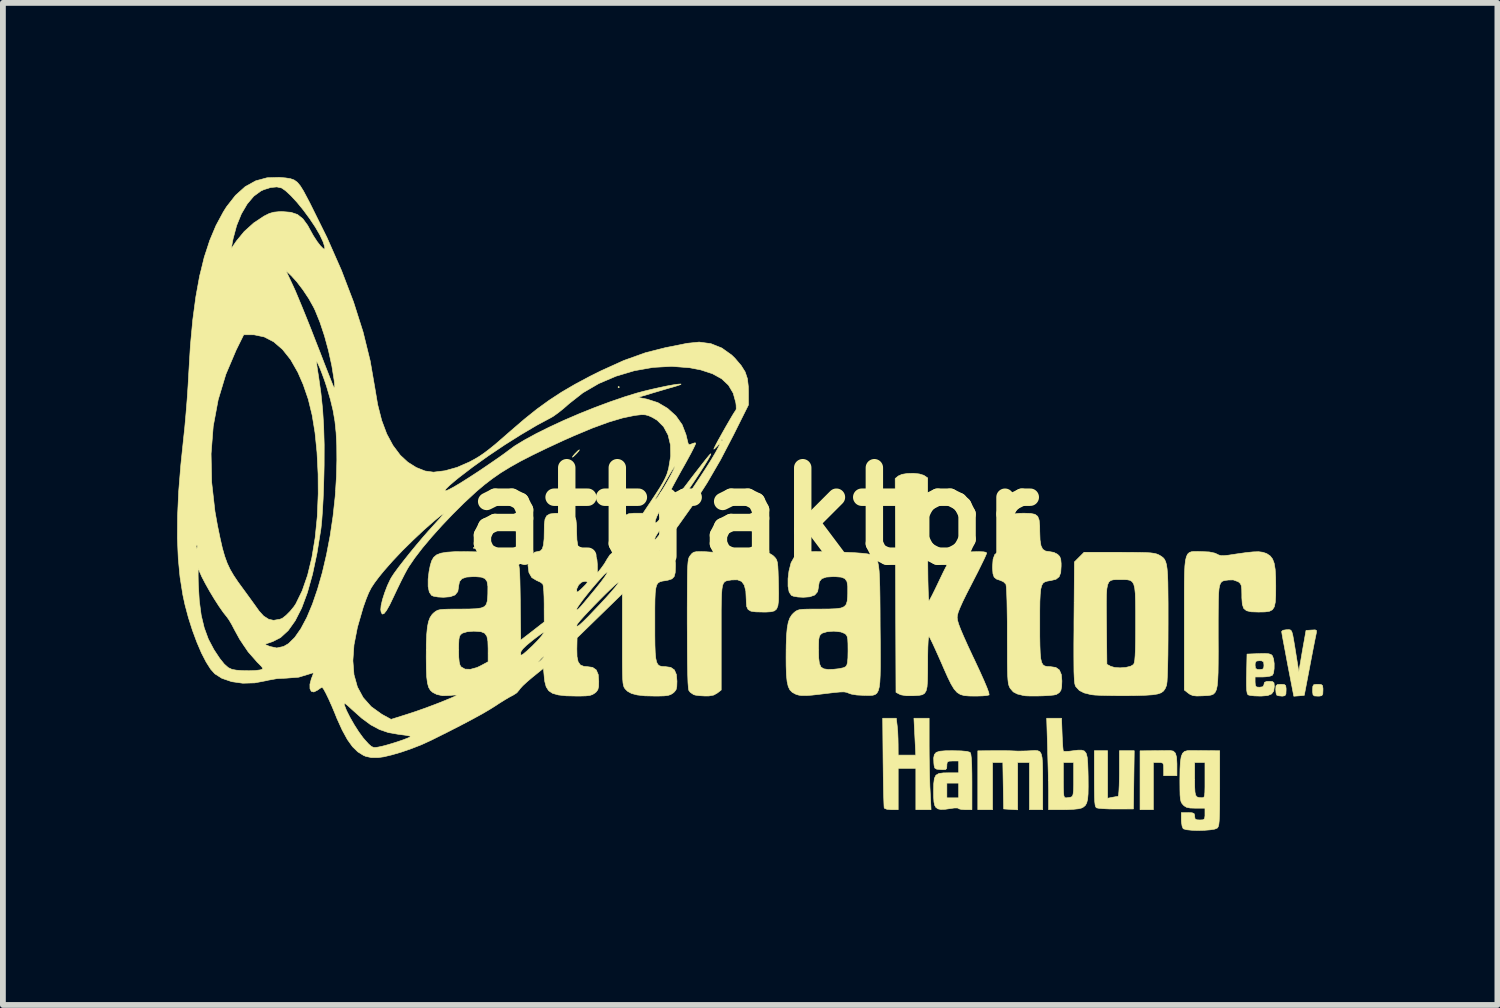
<source format=kicad_pcb>
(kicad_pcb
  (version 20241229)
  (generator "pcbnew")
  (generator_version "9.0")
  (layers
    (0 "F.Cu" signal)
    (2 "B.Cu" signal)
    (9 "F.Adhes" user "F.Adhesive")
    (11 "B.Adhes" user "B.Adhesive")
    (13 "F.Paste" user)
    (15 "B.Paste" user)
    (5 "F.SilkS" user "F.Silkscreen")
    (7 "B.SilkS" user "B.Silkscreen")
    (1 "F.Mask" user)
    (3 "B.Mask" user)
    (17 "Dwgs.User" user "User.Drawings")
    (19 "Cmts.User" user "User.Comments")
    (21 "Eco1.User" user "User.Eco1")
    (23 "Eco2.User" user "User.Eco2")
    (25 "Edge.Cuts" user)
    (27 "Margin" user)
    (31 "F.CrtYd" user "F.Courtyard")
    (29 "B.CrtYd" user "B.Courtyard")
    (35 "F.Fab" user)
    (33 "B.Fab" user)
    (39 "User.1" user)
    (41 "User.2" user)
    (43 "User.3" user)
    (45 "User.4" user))
  (footprint "attraktor"
    (layer "F.Cu")
    (at 9.903 5.839)
    (property "Reference" "attraktor" (at 0 0 0) (layer "F.SilkS") (effects (font (size 1.524 1.524) (thickness 0.3))))
    (attr through_hole)
    (fp_poly (pts (xy -4.775 0.546) (xy -4.788 0.559) (xy -4.801 0.546) (xy -4.788 0.533) (xy -4.775 0.546)) (stroke (width 0.01) (type solid)) (fill yes) (layer "F.SilkS"))
    (fp_poly (pts (xy -2.286 -2.223) (xy -2.299 -2.21) (xy -2.311 -2.223) (xy -2.299 -2.235) (xy -2.286 -2.223)) (stroke (width 0.01) (type solid)) (fill yes) (layer "F.SilkS"))
    (fp_poly (pts (xy -4.405 0.197) (xy -4.459 0.255) (xy -4.488 0.278) (xy -4.496 0.272) (xy -4.496 0.271) (xy -4.479 0.251) (xy -4.436 0.21) (xy -4.413 0.189) (xy -4.331 0.114) (xy -4.405 0.197)) (stroke (width 0.01) (type solid)) (fill yes) (layer "F.SilkS"))
    (fp_poly (pts (xy -2.982 -1.127) (xy -3.015 -1.088) (xy -3.023 -1.079) (xy -3.066 -1.037) (xy -3.093 -1.016) (xy -3.095 -1.016) (xy -3.088 -1.032) (xy -3.056 -1.071) (xy -3.048 -1.079) (xy -3.005 -1.122) (xy -2.977 -1.143) (xy -2.976 -1.143) (xy -2.982 -1.127)) (stroke (width 0.01) (type solid)) (fill yes) (layer "F.SilkS"))
    (fp_poly (pts (xy 9.798 2.899) (xy 9.823 2.918) (xy 9.83 2.967) (xy 9.83 2.997) (xy 9.827 3.062) (xy 9.81 3.091) (xy 9.767 3.099) (xy 9.741 3.099) (xy 9.684 3.096) (xy 9.659 3.077) (xy 9.652 3.027) (xy 9.652 2.997) (xy 9.655 2.932) (xy 9.671 2.903) (xy 9.715 2.896) (xy 9.741 2.896) (xy 9.798 2.899)) (stroke (width 0.01) (type solid)) (fill yes) (layer "F.SilkS"))
    (fp_poly (pts (xy 9.163 2.899) (xy 9.188 2.918) (xy 9.195 2.967) (xy 9.195 2.997) (xy 9.192 3.062) (xy 9.175 3.091) (xy 9.136 3.099) (xy 9.123 3.099) (xy 9.065 3.093) (xy 9.034 3.082) (xy 9.022 3.047) (xy 9.017 2.985) (xy 9.017 2.98) (xy 9.021 2.923) (xy 9.044 2.9) (xy 9.102 2.896) (xy 9.106 2.896) (xy 9.163 2.899)) (stroke (width 0.01) (type solid)) (fill yes) (layer "F.SilkS"))
    (fp_poly (pts (xy 7.253 4.046) (xy 7.289 4.082) (xy 7.309 4.152) (xy 7.315 4.263) (xy 7.315 4.283) (xy 7.315 4.47) (xy 7.087 4.47) (xy 7.087 4.356) (xy 7.085 4.286) (xy 7.072 4.253) (xy 7.037 4.243) (xy 6.998 4.242) (xy 6.909 4.242) (xy 6.909 5.055) (xy 6.68 5.055) (xy 6.68 4.041) (xy 6.915 4.039) (xy 7.024 4.038) (xy 7.118 4.037) (xy 7.181 4.037) (xy 7.197 4.036) (xy 7.253 4.046)) (stroke (width 0.01) (type solid)) (fill yes) (layer "F.SilkS"))
    (fp_poly (pts (xy 6.121 4.858) (xy 6.201 4.842) (xy 6.263 4.831) (xy 6.302 4.826) (xy 6.302 4.826) (xy 6.31 4.802) (xy 6.316 4.736) (xy 6.321 4.636) (xy 6.324 4.512) (xy 6.325 4.432) (xy 6.325 4.039) (xy 6.58 4.039) (xy 6.573 4.54) (xy 6.566 5.042) (xy 6.268 5.043) (xy 6.147 5.042) (xy 6.042 5.037) (xy 5.966 5.03) (xy 5.931 5.023) (xy 5.917 5.008) (xy 5.907 4.976) (xy 5.9 4.92) (xy 5.896 4.835) (xy 5.894 4.712) (xy 5.893 4.547) (xy 5.893 4.52) (xy 5.893 4.039) (xy 6.121 4.039) (xy 6.121 4.858)) (stroke (width 0.01) (type solid)) (fill yes) (layer "F.SilkS"))
    (fp_poly (pts (xy 4.92 4.04) (xy 4.955 4.057) (xy 4.978 4.095) (xy 4.993 4.159) (xy 5 4.254) (xy 5.003 4.388) (xy 5.004 4.567) (xy 5.004 4.575) (xy 5.004 5.055) (xy 4.775 5.055) (xy 4.775 4.242) (xy 4.572 4.242) (xy 4.572 5.057) (xy 4.451 5.05) (xy 4.331 5.042) (xy 4.317 4.242) (xy 4.14 4.242) (xy 4.14 5.055) (xy 3.886 5.055) (xy 3.886 4.041) (xy 4.147 4.039) (xy 4.262 4.039) (xy 4.362 4.039) (xy 4.433 4.04) (xy 4.458 4.041) (xy 4.58 4.046) (xy 4.729 4.043) (xy 4.806 4.039) (xy 4.871 4.035) (xy 4.92 4.04)) (stroke (width 0.01) (type solid)) (fill yes) (layer "F.SilkS"))
    (fp_poly (pts (xy 2.365 3.48) (xy 2.482 3.48) (xy 2.498 3.613) (xy 2.507 3.711) (xy 2.512 3.831) (xy 2.514 3.931) (xy 2.515 4.115) (xy 2.818 4.115) (xy 2.802 3.797) (xy 2.786 3.48) (xy 3.048 3.48) (xy 3.048 3.943) (xy 3.049 4.122) (xy 3.052 4.313) (xy 3.056 4.497) (xy 3.061 4.657) (xy 3.065 4.731) (xy 3.081 5.055) (xy 2.819 5.055) (xy 2.819 4.343) (xy 2.515 4.343) (xy 2.515 5.055) (xy 2.4 5.055) (xy 2.321 5.048) (xy 2.278 5.03) (xy 2.274 5.023) (xy 2.271 4.99) (xy 2.268 4.913) (xy 2.264 4.799) (xy 2.261 4.654) (xy 2.258 4.484) (xy 2.256 4.296) (xy 2.255 4.235) (xy 2.248 3.48) (xy 2.365 3.48)) (stroke (width 0.01) (type solid)) (fill yes) (layer "F.SilkS"))
    (fp_poly (pts (xy 9.263 1.957) (xy 9.281 1.969) (xy 9.296 1.997) (xy 9.31 2.049) (xy 9.325 2.13) (xy 9.345 2.249) (xy 9.369 2.4) (xy 9.414 2.68) (xy 9.447 2.489) (xy 9.468 2.365) (xy 9.491 2.233) (xy 9.509 2.134) (xy 9.538 1.968) (xy 9.634 1.961) (xy 9.696 1.958) (xy 9.719 1.97) (xy 9.717 2.004) (xy 9.716 2.011) (xy 9.707 2.054) (xy 9.69 2.137) (xy 9.667 2.254) (xy 9.64 2.394) (xy 9.61 2.55) (xy 9.605 2.578) (xy 9.508 3.086) (xy 9.418 3.094) (xy 9.328 3.101) (xy 9.223 2.558) (xy 9.193 2.397) (xy 9.166 2.252) (xy 9.143 2.132) (xy 9.127 2.042) (xy 9.119 1.992) (xy 9.119 1.985) (xy 9.141 1.965) (xy 9.197 1.956) (xy 9.206 1.956) (xy 9.239 1.955) (xy 9.263 1.957)) (stroke (width 0.01) (type solid)) (fill yes) (layer "F.SilkS"))
    (fp_poly (pts (xy 5.338 3.757) (xy 5.343 3.871) (xy 5.349 3.965) (xy 5.355 4.027) (xy 5.36 4.048) (xy 5.391 4.052) (xy 5.455 4.049) (xy 5.519 4.041) (xy 5.609 4.03) (xy 5.675 4.03) (xy 5.722 4.045) (xy 5.752 4.084) (xy 5.77 4.151) (xy 5.779 4.254) (xy 5.784 4.398) (xy 5.786 4.484) (xy 5.787 4.655) (xy 5.785 4.783) (xy 5.777 4.876) (xy 5.761 4.939) (xy 5.737 4.982) (xy 5.702 5.011) (xy 5.673 5.026) (xy 5.621 5.039) (xy 5.533 5.048) (xy 5.424 5.054) (xy 5.358 5.055) (xy 5.105 5.055) (xy 5.105 4.82) (xy 5.105 4.721) (xy 5.102 4.584) (xy 5.099 4.42) (xy 5.094 4.242) (xy 5.359 4.242) (xy 5.359 4.547) (xy 5.36 4.675) (xy 5.363 4.762) (xy 5.368 4.814) (xy 5.379 4.841) (xy 5.396 4.85) (xy 5.408 4.851) (xy 5.472 4.843) (xy 5.497 4.836) (xy 5.515 4.821) (xy 5.527 4.788) (xy 5.534 4.726) (xy 5.537 4.629) (xy 5.537 4.531) (xy 5.537 4.242) (xy 5.359 4.242) (xy 5.094 4.242) (xy 5.094 4.241) (xy 5.089 4.06) (xy 5.089 4.032) (xy 5.072 3.48) (xy 5.328 3.48) (xy 5.338 3.757)) (stroke (width 0.01) (type solid)) (fill yes) (layer "F.SilkS"))
    (fp_poly (pts (xy 8.897 2.37) (xy 8.937 2.383) (xy 8.959 2.404) (xy 8.979 2.458) (xy 8.99 2.538) (xy 8.989 2.625) (xy 8.979 2.699) (xy 8.961 2.738) (xy 8.92 2.755) (xy 8.847 2.766) (xy 8.796 2.769) (xy 8.661 2.769) (xy 8.661 2.857) (xy 8.666 2.917) (xy 8.687 2.942) (xy 8.738 2.946) (xy 8.793 2.938) (xy 8.813 2.909) (xy 8.814 2.896) (xy 8.824 2.861) (xy 8.863 2.846) (xy 8.903 2.845) (xy 8.962 2.849) (xy 8.987 2.871) (xy 8.992 2.926) (xy 8.992 2.932) (xy 8.982 3.011) (xy 8.946 3.061) (xy 8.879 3.089) (xy 8.77 3.098) (xy 8.742 3.098) (xy 8.65 3.095) (xy 8.577 3.087) (xy 8.54 3.077) (xy 8.526 3.054) (xy 8.517 3.002) (xy 8.513 2.914) (xy 8.513 2.785) (xy 8.515 2.716) (xy 8.518 2.565) (xy 8.661 2.565) (xy 8.668 2.619) (xy 8.697 2.639) (xy 8.738 2.642) (xy 8.792 2.635) (xy 8.811 2.606) (xy 8.814 2.565) (xy 8.808 2.511) (xy 8.778 2.492) (xy 8.738 2.489) (xy 8.684 2.495) (xy 8.664 2.525) (xy 8.661 2.565) (xy 8.518 2.565) (xy 8.522 2.375) (xy 8.724 2.367) (xy 8.83 2.365) (xy 8.897 2.37)) (stroke (width 0.01) (type solid)) (fill yes) (layer "F.SilkS"))
    (fp_poly (pts (xy 3.597 4.042) (xy 3.697 4.051) (xy 3.75 4.066) (xy 3.754 4.069) (xy 3.766 4.1) (xy 3.775 4.17) (xy 3.781 4.28) (xy 3.784 4.435) (xy 3.785 4.577) (xy 3.785 5.055) (xy 3.67 5.055) (xy 3.602 5.05) (xy 3.561 5.04) (xy 3.556 5.033) (xy 3.534 5.025) (xy 3.477 5.026) (xy 3.435 5.032) (xy 3.324 5.048) (xy 3.25 5.051) (xy 3.201 5.041) (xy 3.165 5.016) (xy 3.164 5.015) (xy 3.144 4.981) (xy 3.131 4.923) (xy 3.125 4.831) (xy 3.124 4.737) (xy 3.127 4.605) (xy 3.128 4.597) (xy 3.353 4.597) (xy 3.353 4.851) (xy 3.556 4.851) (xy 3.556 4.597) (xy 3.353 4.597) (xy 3.128 4.597) (xy 3.138 4.516) (xy 3.165 4.461) (xy 3.215 4.432) (xy 3.294 4.421) (xy 3.38 4.42) (xy 3.556 4.42) (xy 3.556 4.216) (xy 3.454 4.216) (xy 3.389 4.219) (xy 3.36 4.236) (xy 3.353 4.277) (xy 3.353 4.294) (xy 3.35 4.342) (xy 3.331 4.364) (xy 3.283 4.366) (xy 3.245 4.364) (xy 3.177 4.357) (xy 3.145 4.337) (xy 3.133 4.291) (xy 3.129 4.249) (xy 3.126 4.164) (xy 3.138 4.105) (xy 3.17 4.068) (xy 3.232 4.048) (xy 3.331 4.04) (xy 3.45 4.039) (xy 3.597 4.042)) (stroke (width 0.01) (type solid)) (fill yes) (layer "F.SilkS"))
    (fp_poly (pts (xy 7.66 4.037) (xy 7.769 4.038) (xy 7.817 4.038) (xy 8.052 4.04) (xy 8.052 4.685) (xy 8.051 4.887) (xy 8.05 5.044) (xy 8.047 5.162) (xy 8.043 5.248) (xy 8.037 5.306) (xy 8.028 5.343) (xy 8.016 5.365) (xy 8.012 5.37) (xy 7.968 5.389) (xy 7.888 5.402) (xy 7.786 5.41) (xy 7.675 5.413) (xy 7.569 5.409) (xy 7.482 5.4) (xy 7.429 5.385) (xy 7.422 5.38) (xy 7.404 5.338) (xy 7.393 5.266) (xy 7.391 5.227) (xy 7.391 5.105) (xy 7.506 5.105) (xy 7.576 5.108) (xy 7.61 5.121) (xy 7.62 5.152) (xy 7.62 5.169) (xy 7.627 5.212) (xy 7.657 5.229) (xy 7.709 5.232) (xy 7.766 5.229) (xy 7.791 5.21) (xy 7.798 5.161) (xy 7.798 5.131) (xy 7.798 5.029) (xy 7.637 5.029) (xy 7.542 5.026) (xy 7.482 5.014) (xy 7.439 4.988) (xy 7.421 4.97) (xy 7.4 4.945) (xy 7.385 4.914) (xy 7.375 4.87) (xy 7.369 4.803) (xy 7.367 4.706) (xy 7.366 4.569) (xy 7.366 4.529) (xy 7.368 4.357) (xy 7.374 4.242) (xy 7.62 4.242) (xy 7.62 4.532) (xy 7.621 4.662) (xy 7.626 4.751) (xy 7.637 4.805) (xy 7.659 4.834) (xy 7.695 4.846) (xy 7.741 4.849) (xy 7.765 4.848) (xy 7.781 4.838) (xy 7.791 4.809) (xy 7.796 4.754) (xy 7.798 4.664) (xy 7.798 4.547) (xy 7.798 4.242) (xy 7.62 4.242) (xy 7.374 4.242) (xy 7.375 4.23) (xy 7.389 4.141) (xy 7.412 4.084) (xy 7.446 4.052) (xy 7.493 4.039) (xy 7.518 4.037) (xy 7.572 4.037) (xy 7.66 4.037)) (stroke (width 0.01) (type solid)) (fill yes) (layer "F.SilkS"))
    (fp_poly (pts (xy 7.665 0.608) (xy 7.731 0.61) (xy 7.737 0.61) (xy 7.872 0.616) (xy 7.966 0.636) (xy 8 0.651) (xy 8.036 0.669) (xy 8.073 0.679) (xy 8.124 0.68) (xy 8.201 0.672) (xy 8.313 0.655) (xy 8.339 0.651) (xy 8.503 0.628) (xy 8.627 0.615) (xy 8.72 0.612) (xy 8.79 0.621) (xy 8.849 0.64) (xy 8.868 0.649) (xy 8.922 0.686) (xy 8.962 0.738) (xy 8.99 0.812) (xy 9.007 0.915) (xy 9.015 1.055) (xy 9.017 1.206) (xy 9.016 1.366) (xy 9.009 1.482) (xy 8.992 1.561) (xy 8.96 1.611) (xy 8.908 1.638) (xy 8.831 1.649) (xy 8.725 1.651) (xy 8.714 1.651) (xy 8.594 1.647) (xy 8.513 1.628) (xy 8.465 1.588) (xy 8.441 1.516) (xy 8.433 1.405) (xy 8.433 1.354) (xy 8.431 1.257) (xy 8.424 1.197) (xy 8.407 1.16) (xy 8.377 1.133) (xy 8.369 1.128) (xy 8.286 1.098) (xy 8.203 1.099) (xy 8.157 1.105) (xy 8.12 1.112) (xy 8.091 1.125) (xy 8.069 1.149) (xy 8.052 1.19) (xy 8.04 1.251) (xy 8.033 1.337) (xy 8.029 1.455) (xy 8.027 1.608) (xy 8.026 1.801) (xy 8.026 2.04) (xy 8.026 2.07) (xy 8.027 2.323) (xy 8.026 2.53) (xy 8.024 2.695) (xy 8.018 2.824) (xy 8.009 2.921) (xy 7.994 2.99) (xy 7.971 3.037) (xy 7.941 3.066) (xy 7.902 3.081) (xy 7.852 3.089) (xy 7.791 3.092) (xy 7.756 3.094) (xy 7.657 3.097) (xy 7.592 3.09) (xy 7.544 3.071) (xy 7.512 3.049) (xy 7.442 2.994) (xy 7.442 1.852) (xy 7.442 1.568) (xy 7.442 1.331) (xy 7.443 1.136) (xy 7.446 0.98) (xy 7.452 0.858) (xy 7.462 0.765) (xy 7.478 0.699) (xy 7.499 0.654) (xy 7.528 0.627) (xy 7.564 0.613) (xy 7.609 0.608) (xy 7.665 0.608)) (stroke (width 0.01) (type solid)) (fill yes) (layer "F.SilkS"))
    (fp_poly (pts (xy -0.786 0.613) (xy -0.783 0.614) (xy -0.657 0.622) (xy -0.577 0.635) (xy -0.538 0.654) (xy -0.535 0.658) (xy -0.519 0.672) (xy -0.488 0.678) (xy -0.432 0.677) (xy -0.345 0.668) (xy -0.217 0.651) (xy -0.187 0.647) (xy -0.012 0.625) (xy 0.122 0.617) (xy 0.222 0.621) (xy 0.297 0.64) (xy 0.355 0.675) (xy 0.383 0.701) (xy 0.407 0.728) (xy 0.423 0.758) (xy 0.435 0.8) (xy 0.442 0.862) (xy 0.447 0.954) (xy 0.451 1.083) (xy 0.453 1.16) (xy 0.456 1.329) (xy 0.454 1.454) (xy 0.443 1.542) (xy 0.421 1.598) (xy 0.383 1.631) (xy 0.325 1.646) (xy 0.245 1.651) (xy 0.185 1.651) (xy 0.061 1.648) (xy -0.021 1.636) (xy -0.07 1.607) (xy -0.094 1.556) (xy -0.101 1.476) (xy -0.102 1.438) (xy -0.109 1.291) (xy -0.135 1.188) (xy -0.181 1.124) (xy -0.253 1.096) (xy -0.354 1.098) (xy -0.372 1.101) (xy -0.413 1.107) (xy -0.447 1.115) (xy -0.474 1.129) (xy -0.494 1.154) (xy -0.51 1.195) (xy -0.52 1.257) (xy -0.527 1.345) (xy -0.531 1.464) (xy -0.533 1.618) (xy -0.533 1.813) (xy -0.533 2.053) (xy -0.533 2.084) (xy -0.533 2.994) (xy -0.6 3.046) (xy -0.662 3.081) (xy -0.743 3.096) (xy -0.81 3.097) (xy -0.9 3.092) (xy -0.977 3.082) (xy -1.008 3.073) (xy -1.065 3.034) (xy -1.091 3) (xy -1.098 2.959) (xy -1.105 2.868) (xy -1.11 2.726) (xy -1.114 2.534) (xy -1.116 2.293) (xy -1.117 2.002) (xy -1.118 1.847) (xy -1.118 1.581) (xy -1.117 1.362) (xy -1.116 1.184) (xy -1.115 1.042) (xy -1.113 0.933) (xy -1.109 0.85) (xy -1.104 0.79) (xy -1.098 0.748) (xy -1.09 0.718) (xy -1.079 0.697) (xy -1.067 0.679) (xy -1.063 0.674) (xy -1.035 0.641) (xy -1.005 0.621) (xy -0.962 0.612) (xy -0.893 0.61) (xy -0.786 0.613)) (stroke (width 0.01) (type solid)) (fill yes) (layer "F.SilkS"))
    (fp_poly (pts (xy 6.513 0.623) (xy 6.664 0.624) (xy 6.778 0.627) (xy 6.861 0.632) (xy 6.92 0.64) (xy 6.963 0.65) (xy 6.996 0.663) (xy 7.004 0.667) (xy 7.042 0.689) (xy 7.074 0.712) (xy 7.099 0.74) (xy 7.119 0.78) (xy 7.135 0.834) (xy 7.146 0.909) (xy 7.154 1.009) (xy 7.159 1.139) (xy 7.161 1.303) (xy 7.163 1.508) (xy 7.163 1.756) (xy 7.163 1.849) (xy 7.162 2.137) (xy 7.16 2.383) (xy 7.156 2.585) (xy 7.151 2.741) (xy 7.145 2.85) (xy 7.137 2.909) (xy 7.135 2.916) (xy 7.113 2.969) (xy 7.085 3.01) (xy 7.044 3.041) (xy 6.983 3.062) (xy 6.896 3.076) (xy 6.777 3.084) (xy 6.619 3.089) (xy 6.464 3.091) (xy 6.3 3.091) (xy 6.146 3.089) (xy 6.011 3.086) (xy 5.906 3.081) (xy 5.841 3.074) (xy 5.839 3.074) (xy 5.718 3.044) (xy 5.635 3.002) (xy 5.577 2.939) (xy 5.574 2.936) (xy 5.564 2.915) (xy 5.556 2.884) (xy 5.55 2.837) (xy 5.546 2.77) (xy 5.542 2.678) (xy 5.541 2.556) (xy 5.54 2.399) (xy 5.54 2.204) (xy 5.542 1.964) (xy 5.542 1.832) (xy 5.545 1.487) (xy 6.099 1.487) (xy 6.1 1.663) (xy 6.102 1.869) (xy 6.109 2.551) (xy 6.172 2.585) (xy 6.244 2.606) (xy 6.337 2.612) (xy 6.433 2.605) (xy 6.516 2.585) (xy 6.567 2.555) (xy 6.569 2.552) (xy 6.58 2.526) (xy 6.589 2.479) (xy 6.595 2.405) (xy 6.6 2.299) (xy 6.603 2.155) (xy 6.604 1.969) (xy 6.604 1.849) (xy 6.604 1.634) (xy 6.602 1.463) (xy 6.598 1.333) (xy 6.588 1.237) (xy 6.571 1.171) (xy 6.545 1.129) (xy 6.509 1.105) (xy 6.46 1.095) (xy 6.396 1.092) (xy 6.341 1.092) (xy 6.272 1.092) (xy 6.216 1.096) (xy 6.174 1.108) (xy 6.143 1.134) (xy 6.122 1.18) (xy 6.108 1.251) (xy 6.101 1.351) (xy 6.099 1.487) (xy 5.545 1.487) (xy 5.55 0.788) (xy 5.633 0.705) (xy 5.716 0.622) (xy 6.319 0.622) (xy 6.513 0.623)) (stroke (width 0.01) (type solid)) (fill yes) (layer "F.SilkS"))
    (fp_poly (pts (xy 2.879 -0.727) (xy 2.955 -0.704) (xy 2.966 -0.697) (xy 3.023 -0.658) (xy 3.023 0.413) (xy 3.023 0.673) (xy 3.025 0.901) (xy 3.027 1.095) (xy 3.031 1.25) (xy 3.035 1.365) (xy 3.04 1.436) (xy 3.045 1.46) (xy 3.046 1.459) (xy 3.064 1.429) (xy 3.1 1.361) (xy 3.148 1.264) (xy 3.204 1.147) (xy 3.235 1.082) (xy 3.296 0.955) (xy 3.355 0.84) (xy 3.405 0.749) (xy 3.442 0.689) (xy 3.453 0.675) (xy 3.484 0.651) (xy 3.526 0.634) (xy 3.589 0.624) (xy 3.684 0.617) (xy 3.773 0.614) (xy 3.899 0.611) (xy 3.982 0.614) (xy 4.026 0.622) (xy 4.039 0.636) (xy 4.027 0.667) (xy 3.996 0.736) (xy 3.947 0.836) (xy 3.886 0.96) (xy 3.814 1.1) (xy 3.785 1.157) (xy 3.695 1.332) (xy 3.627 1.47) (xy 3.58 1.575) (xy 3.549 1.653) (xy 3.534 1.712) (xy 3.531 1.747) (xy 3.537 1.793) (xy 3.556 1.859) (xy 3.591 1.951) (xy 3.643 2.073) (xy 3.714 2.231) (xy 3.806 2.428) (xy 3.819 2.454) (xy 3.917 2.664) (xy 3.992 2.831) (xy 4.045 2.957) (xy 4.075 3.039) (xy 4.081 3.077) (xy 4.079 3.079) (xy 4.042 3.088) (xy 3.968 3.095) (xy 3.872 3.098) (xy 3.848 3.098) (xy 3.74 3.097) (xy 3.654 3.09) (xy 3.586 3.071) (xy 3.529 3.035) (xy 3.477 2.976) (xy 3.424 2.888) (xy 3.365 2.767) (xy 3.293 2.605) (xy 3.271 2.553) (xy 3.208 2.411) (xy 3.151 2.284) (xy 3.103 2.18) (xy 3.067 2.107) (xy 3.048 2.073) (xy 3.047 2.072) (xy 3.038 2.086) (xy 3.031 2.15) (xy 3.026 2.26) (xy 3.023 2.414) (xy 3.023 2.517) (xy 3.022 2.7) (xy 3.019 2.839) (xy 3.012 2.939) (xy 2.996 3.007) (xy 2.969 3.051) (xy 2.93 3.075) (xy 2.874 3.086) (xy 2.8 3.091) (xy 2.778 3.092) (xy 2.653 3.092) (xy 2.563 3.077) (xy 2.54 3.067) (xy 2.477 3.034) (xy 2.47 1.193) (xy 2.463 -0.648) (xy 2.517 -0.692) (xy 2.58 -0.72) (xy 2.673 -0.735) (xy 2.78 -0.738) (xy 2.879 -0.727)) (stroke (width 0.01) (type solid)) (fill yes) (layer "F.SilkS"))
    (fp_poly (pts (xy 4.794 -0.047) (xy 4.87 -0.032) (xy 4.917 0.003) (xy 4.942 0.067) (xy 4.952 0.168) (xy 4.953 0.269) (xy 4.958 0.411) (xy 4.974 0.509) (xy 5.004 0.57) (xy 5.053 0.601) (xy 5.117 0.61) (xy 5.196 0.624) (xy 5.261 0.658) (xy 5.296 0.694) (xy 5.314 0.74) (xy 5.321 0.813) (xy 5.321 0.86) (xy 5.314 0.972) (xy 5.286 1.044) (xy 5.232 1.087) (xy 5.142 1.109) (xy 5.133 1.11) (xy 5.081 1.119) (xy 5.04 1.132) (xy 5.008 1.155) (xy 4.986 1.195) (xy 4.97 1.257) (xy 4.961 1.346) (xy 4.955 1.468) (xy 4.953 1.63) (xy 4.953 1.836) (xy 4.953 1.854) (xy 4.953 2.067) (xy 4.956 2.234) (xy 4.961 2.361) (xy 4.97 2.454) (xy 4.985 2.518) (xy 5.007 2.558) (xy 5.038 2.58) (xy 5.078 2.589) (xy 5.129 2.591) (xy 5.132 2.591) (xy 5.229 2.605) (xy 5.291 2.649) (xy 5.325 2.73) (xy 5.334 2.838) (xy 5.33 2.937) (xy 5.317 2.999) (xy 5.289 3.038) (xy 5.24 3.07) (xy 5.196 3.08) (xy 5.115 3.088) (xy 5.012 3.094) (xy 4.901 3.097) (xy 4.796 3.097) (xy 4.711 3.094) (xy 4.661 3.086) (xy 4.619 3.075) (xy 4.565 3.062) (xy 4.497 3.026) (xy 4.444 2.965) (xy 4.431 2.94) (xy 4.42 2.911) (xy 4.411 2.872) (xy 4.405 2.818) (xy 4.4 2.742) (xy 4.397 2.64) (xy 4.395 2.506) (xy 4.395 2.334) (xy 4.394 2.118) (xy 4.394 2.049) (xy 4.394 1.825) (xy 4.391 1.626) (xy 4.388 1.456) (xy 4.383 1.321) (xy 4.378 1.226) (xy 4.371 1.175) (xy 4.369 1.17) (xy 4.327 1.129) (xy 4.274 1.106) (xy 4.207 1.083) (xy 4.167 1.049) (xy 4.147 0.991) (xy 4.14 0.897) (xy 4.14 0.864) (xy 4.149 0.741) (xy 4.178 0.661) (xy 4.229 0.619) (xy 4.287 0.61) (xy 4.333 0.598) (xy 4.365 0.558) (xy 4.384 0.485) (xy 4.393 0.371) (xy 4.394 0.281) (xy 4.398 0.146) (xy 4.412 0.053) (xy 4.446 -0.005) (xy 4.504 -0.037) (xy 4.595 -0.049) (xy 4.682 -0.051) (xy 4.794 -0.047)) (stroke (width 0.01) (type solid)) (fill yes) (layer "F.SilkS"))
    (fp_poly (pts (xy 1.325 0.612) (xy 1.481 0.616) (xy 1.634 0.623) (xy 1.775 0.63) (xy 1.895 0.639) (xy 1.982 0.649) (xy 2.024 0.658) (xy 2.064 0.674) (xy 2.098 0.691) (xy 2.125 0.713) (xy 2.147 0.746) (xy 2.164 0.793) (xy 2.177 0.859) (xy 2.187 0.948) (xy 2.193 1.066) (xy 2.198 1.217) (xy 2.201 1.405) (xy 2.203 1.635) (xy 2.204 1.895) (xy 2.207 2.172) (xy 2.208 2.403) (xy 2.208 2.591) (xy 2.205 2.741) (xy 2.199 2.858) (xy 2.188 2.945) (xy 2.171 3.007) (xy 2.148 3.048) (xy 2.117 3.072) (xy 2.078 3.084) (xy 2.029 3.087) (xy 1.969 3.087) (xy 1.924 3.086) (xy 1.802 3.08) (xy 1.707 3.064) (xy 1.667 3.05) (xy 1.628 3.034) (xy 1.581 3.026) (xy 1.512 3.028) (xy 1.412 3.037) (xy 1.339 3.046) (xy 1.164 3.067) (xy 1.032 3.082) (xy 0.933 3.089) (xy 0.861 3.089) (xy 0.807 3.083) (xy 0.764 3.071) (xy 0.742 3.062) (xy 0.689 3.032) (xy 0.649 2.991) (xy 0.621 2.932) (xy 0.602 2.848) (xy 0.59 2.732) (xy 0.585 2.578) (xy 0.584 2.43) (xy 0.585 2.304) (xy 1.143 2.304) (xy 1.146 2.443) (xy 1.158 2.539) (xy 1.185 2.598) (xy 1.233 2.629) (xy 1.307 2.64) (xy 1.4 2.637) (xy 1.493 2.627) (xy 1.57 2.611) (xy 1.61 2.593) (xy 1.63 2.566) (xy 1.642 2.519) (xy 1.649 2.441) (xy 1.651 2.324) (xy 1.651 2.31) (xy 1.65 2.194) (xy 1.646 2.118) (xy 1.636 2.071) (xy 1.619 2.041) (xy 1.595 2.021) (xy 1.526 1.994) (xy 1.425 1.982) (xy 1.397 1.981) (xy 1.29 1.99) (xy 1.212 2.013) (xy 1.199 2.021) (xy 1.173 2.043) (xy 1.157 2.074) (xy 1.147 2.124) (xy 1.144 2.204) (xy 1.143 2.304) (xy 0.585 2.304) (xy 0.586 2.22) (xy 0.592 2.054) (xy 0.604 1.926) (xy 0.622 1.828) (xy 0.648 1.755) (xy 0.683 1.7) (xy 0.711 1.67) (xy 0.743 1.643) (xy 0.774 1.624) (xy 0.813 1.611) (xy 0.87 1.604) (xy 0.955 1.601) (xy 1.076 1.6) (xy 1.15 1.6) (xy 1.318 1.599) (xy 1.442 1.594) (xy 1.529 1.582) (xy 1.586 1.558) (xy 1.62 1.52) (xy 1.637 1.463) (xy 1.644 1.384) (xy 1.646 1.336) (xy 1.646 1.21) (xy 1.633 1.126) (xy 1.597 1.075) (xy 1.533 1.05) (xy 1.433 1.042) (xy 1.397 1.041) (xy 1.277 1.049) (xy 1.2 1.076) (xy 1.157 1.127) (xy 1.143 1.205) (xy 1.143 1.215) (xy 1.127 1.301) (xy 1.078 1.358) (xy 0.99 1.389) (xy 0.881 1.397) (xy 0.786 1.392) (xy 0.71 1.378) (xy 0.676 1.364) (xy 0.637 1.307) (xy 0.618 1.208) (xy 0.618 1.076) (xy 0.634 0.945) (xy 0.67 0.803) (xy 0.726 0.704) (xy 0.804 0.643) (xy 0.877 0.621) (xy 0.942 0.614) (xy 1.046 0.611) (xy 1.176 0.61) (xy 1.325 0.612)) (stroke (width 0.01) (type solid)) (fill yes) (layer "F.SilkS"))
    (fp_poly (pts (xy -8.034 -5.825) (xy -7.951 -5.812) (xy -7.887 -5.789) (xy -7.833 -5.75) (xy -7.782 -5.689) (xy -7.726 -5.599) (xy -7.659 -5.473) (xy -7.616 -5.391) (xy -7.322 -4.798) (xy -7.072 -4.231) (xy -6.865 -3.689) (xy -6.7 -3.17) (xy -6.578 -2.674) (xy -6.502 -2.235) (xy -6.449 -1.92) (xy -6.38 -1.649) (xy -6.293 -1.417) (xy -6.186 -1.218) (xy -6.059 -1.049) (xy -5.93 -0.93) (xy -5.784 -0.838) (xy -5.633 -0.778) (xy -5.489 -0.758) (xy -5.486 -0.758) (xy -5.29 -0.782) (xy -5.08 -0.841) (xy -4.872 -0.932) (xy -4.864 -0.936) (xy -4.777 -0.983) (xy -4.698 -1.03) (xy -4.619 -1.084) (xy -4.533 -1.149) (xy -4.431 -1.231) (xy -4.308 -1.337) (xy -4.158 -1.468) (xy -3.923 -1.67) (xy -3.707 -1.843) (xy -3.497 -1.995) (xy -3.283 -2.135) (xy -3.052 -2.27) (xy -2.792 -2.409) (xy -2.603 -2.503) (xy -2.21 -2.681) (xy -1.839 -2.814) (xy -1.493 -2.902) (xy -1.473 -2.906) (xy -1.354 -2.929) (xy -1.235 -2.953) (xy -1.139 -2.973) (xy -1.126 -2.976) (xy -0.913 -2.998) (xy -0.711 -2.971) (xy -0.523 -2.896) (xy -0.353 -2.775) (xy -0.294 -2.717) (xy -0.19 -2.595) (xy -0.121 -2.485) (xy -0.082 -2.369) (xy -0.066 -2.232) (xy -0.064 -2.145) (xy -0.064 -1.915) (xy -0.323 -1.396) (xy -0.545 -0.97) (xy -0.772 -0.579) (xy -1.011 -0.206) (xy -1.273 0.163) (xy -1.313 0.216) (xy -1.599 0.597) (xy -1.5 0.611) (xy -1.414 0.63) (xy -1.36 0.663) (xy -1.332 0.72) (xy -1.321 0.814) (xy -1.321 0.864) (xy -1.325 0.972) (xy -1.343 1.04) (xy -1.382 1.08) (xy -1.449 1.102) (xy -1.49 1.11) (xy -1.545 1.118) (xy -1.588 1.13) (xy -1.62 1.15) (xy -1.644 1.185) (xy -1.659 1.24) (xy -1.669 1.32) (xy -1.674 1.433) (xy -1.676 1.583) (xy -1.676 1.776) (xy -1.676 1.84) (xy -1.676 2.055) (xy -1.674 2.224) (xy -1.669 2.353) (xy -1.66 2.448) (xy -1.645 2.514) (xy -1.624 2.555) (xy -1.595 2.578) (xy -1.556 2.588) (xy -1.507 2.591) (xy -1.497 2.591) (xy -1.402 2.604) (xy -1.339 2.648) (xy -1.305 2.727) (xy -1.295 2.843) (xy -1.298 2.932) (xy -1.31 2.987) (xy -1.338 3.025) (xy -1.362 3.046) (xy -1.401 3.071) (xy -1.449 3.087) (xy -1.517 3.095) (xy -1.619 3.098) (xy -1.673 3.098) (xy -1.848 3.094) (xy -1.979 3.079) (xy -2.076 3.054) (xy -2.145 3.016) (xy -2.178 2.984) (xy -2.194 2.965) (xy -2.207 2.943) (xy -2.216 2.914) (xy -2.224 2.872) (xy -2.229 2.81) (xy -2.232 2.724) (xy -2.234 2.607) (xy -2.235 2.454) (xy -2.235 2.26) (xy -2.235 2.127) (xy -2.235 1.335) (xy -2.625 1.715) (xy -3.015 2.095) (xy -3.019 2.287) (xy -3.016 2.419) (xy -2.997 2.508) (xy -2.959 2.562) (xy -2.898 2.587) (xy -2.843 2.591) (xy -2.748 2.604) (xy -2.685 2.648) (xy -2.651 2.727) (xy -2.642 2.843) (xy -2.644 2.932) (xy -2.657 2.987) (xy -2.684 3.025) (xy -2.709 3.046) (xy -2.748 3.071) (xy -2.795 3.087) (xy -2.864 3.095) (xy -2.965 3.098) (xy -3.02 3.098) (xy -3.201 3.094) (xy -3.337 3.079) (xy -3.437 3.051) (xy -3.504 3.006) (xy -3.547 2.939) (xy -3.571 2.849) (xy -3.579 2.785) (xy -3.594 2.62) (xy -3.788 2.777) (xy -3.875 2.851) (xy -3.949 2.919) (xy -3.998 2.973) (xy -4.011 2.992) (xy -4.053 3.042) (xy -4.118 3.084) (xy -4.121 3.085) (xy -4.178 3.115) (xy -4.263 3.165) (xy -4.362 3.227) (xy -4.413 3.261) (xy -4.518 3.327) (xy -4.649 3.404) (xy -4.812 3.493) (xy -5.009 3.597) (xy -5.245 3.718) (xy -5.524 3.857) (xy -5.543 3.866) (xy -5.696 3.936) (xy -5.865 4.002) (xy -6.038 4.062) (xy -6.202 4.11) (xy -6.344 4.144) (xy -6.439 4.157) (xy -6.558 4.157) (xy -6.652 4.137) (xy -6.693 4.12) (xy -6.791 4.059) (xy -6.883 3.969) (xy -6.971 3.846) (xy -7.06 3.683) (xy -7.153 3.478) (xy -7.188 3.39) (xy -7.24 3.266) (xy -7.259 3.224) (xy -7.026 3.224) (xy -7.024 3.248) (xy -7.023 3.251) (xy -6.987 3.344) (xy -6.928 3.461) (xy -6.855 3.589) (xy -6.776 3.713) (xy -6.7 3.817) (xy -6.67 3.852) (xy -6.605 3.924) (xy -6.559 3.965) (xy -6.52 3.982) (xy -6.475 3.982) (xy -6.441 3.977) (xy -6.37 3.962) (xy -6.269 3.935) (xy -6.154 3.9) (xy -6.101 3.883) (xy -6.002 3.849) (xy -5.926 3.819) (xy -5.883 3.799) (xy -5.877 3.792) (xy -5.906 3.784) (xy -5.974 3.772) (xy -6.066 3.76) (xy -6.096 3.756) (xy -6.264 3.727) (xy -6.418 3.674) (xy -6.569 3.593) (xy -6.725 3.478) (xy -6.892 3.329) (xy -6.965 3.262) (xy -7.008 3.228) (xy -7.026 3.224) (xy -7.259 3.224) (xy -7.292 3.15) (xy -7.339 3.053) (xy -7.377 2.983) (xy -7.403 2.948) (xy -7.407 2.946) (xy -7.435 2.961) (xy -7.483 2.995) (xy -7.486 2.997) (xy -7.548 3.028) (xy -7.592 3.017) (xy -7.615 2.971) (xy -7.616 2.896) (xy -7.591 2.799) (xy -7.582 2.778) (xy -7.56 2.72) (xy -7.559 2.699) (xy -7.581 2.702) (xy -7.588 2.706) (xy -7.808 2.773) (xy -8.026 2.79) (xy -8.026 2.79) (xy -8.179 2.797) (xy -8.335 2.825) (xy -8.357 2.831) (xy -8.566 2.871) (xy -8.771 2.877) (xy -8.963 2.85) (xy -9.132 2.792) (xy -9.253 2.715) (xy -9.325 2.635) (xy -9.403 2.512) (xy -9.484 2.355) (xy -9.563 2.17) (xy -9.639 1.965) (xy -9.708 1.748) (xy -9.767 1.527) (xy -9.804 1.356) (xy -9.852 1.053) (xy -9.856 1.014) (xy -9.541 1.014) (xy -9.539 1.123) (xy -9.538 1.168) (xy -9.521 1.458) (xy -9.488 1.707) (xy -9.436 1.923) (xy -9.365 2.117) (xy -9.271 2.295) (xy -9.261 2.311) (xy -9.169 2.45) (xy -9.091 2.547) (xy -9.021 2.609) (xy -8.957 2.639) (xy -8.883 2.652) (xy -8.779 2.66) (xy -8.663 2.662) (xy -8.556 2.658) (xy -8.476 2.648) (xy -8.463 2.645) (xy -8.434 2.634) (xy -8.429 2.618) (xy -8.451 2.587) (xy -8.505 2.532) (xy -8.523 2.515) (xy -8.546 2.488) (xy -6.876 2.488) (xy -6.857 2.73) (xy -6.798 2.941) (xy -6.699 3.124) (xy -6.561 3.28) (xy -6.383 3.408) (xy -6.354 3.425) (xy -6.218 3.499) (xy -5.941 3.412) (xy -5.795 3.364) (xy -5.628 3.305) (xy -5.465 3.244) (xy -5.38 3.211) (xy -5.269 3.166) (xy -5.175 3.127) (xy -5.11 3.098) (xy -5.082 3.084) (xy -5.082 3.084) (xy -5.098 3.08) (xy -5.151 3.082) (xy -5.209 3.088) (xy -5.331 3.092) (xy -5.431 3.07) (xy -5.443 3.064) (xy -5.499 3.036) (xy -5.541 2.999) (xy -5.572 2.946) (xy -5.592 2.871) (xy -5.605 2.766) (xy -5.611 2.625) (xy -5.613 2.441) (xy -5.613 2.415) (xy -5.612 2.304) (xy -5.055 2.304) (xy -5.053 2.428) (xy -5.045 2.511) (xy -5.032 2.564) (xy -5.013 2.595) (xy -4.945 2.634) (xy -4.85 2.637) (xy -4.737 2.606) (xy -4.671 2.574) (xy -4.561 2.515) (xy -3.678 2.515) (xy -3.654 2.498) (xy -3.619 2.464) (xy -3.59 2.427) (xy -3.586 2.413) (xy -3.611 2.43) (xy -3.645 2.464) (xy -3.674 2.501) (xy -3.678 2.515) (xy -4.561 2.515) (xy -4.547 2.507) (xy -4.547 2.358) (xy -3.987 2.358) (xy -3.985 2.388) (xy -3.971 2.393) (xy -3.937 2.371) (xy -3.875 2.318) (xy -3.869 2.312) (xy -3.787 2.236) (xy -3.706 2.154) (xy -3.665 2.109) (xy -3.617 2.051) (xy -3.587 2.008) (xy -3.581 1.996) (xy -3.6 2.005) (xy -3.65 2.039) (xy -3.723 2.093) (xy -3.784 2.14) (xy -3.886 2.224) (xy -3.95 2.286) (xy -3.982 2.333) (xy -3.987 2.358) (xy -4.547 2.358) (xy -4.547 2.283) (xy -4.551 2.155) (xy -4.568 2.069) (xy -4.605 2.016) (xy -4.668 1.99) (xy -4.765 1.982) (xy -4.801 1.981) (xy -4.907 1.99) (xy -4.985 2.013) (xy -4.998 2.021) (xy -5.024 2.043) (xy -5.041 2.074) (xy -5.05 2.124) (xy -5.054 2.204) (xy -5.055 2.304) (xy -5.612 2.304) (xy -5.612 2.206) (xy -5.605 2.041) (xy -5.593 1.913) (xy -5.574 1.817) (xy -5.547 1.746) (xy -5.511 1.692) (xy -5.482 1.664) (xy -5.45 1.639) (xy -5.417 1.621) (xy -5.374 1.61) (xy -5.311 1.604) (xy -5.22 1.601) (xy -5.089 1.6) (xy -5.046 1.6) (xy -4.878 1.599) (xy -4.754 1.594) (xy -4.667 1.581) (xy -4.611 1.558) (xy -4.578 1.519) (xy -4.561 1.462) (xy -4.554 1.382) (xy -4.552 1.336) (xy -4.551 1.21) (xy -4.565 1.125) (xy -4.601 1.075) (xy -4.664 1.05) (xy -4.763 1.042) (xy -4.796 1.041) (xy -4.918 1.049) (xy -4.997 1.076) (xy -5.04 1.127) (xy -5.055 1.204) (xy -5.055 1.21) (xy -5.069 1.298) (xy -5.117 1.357) (xy -5.202 1.388) (xy -5.316 1.397) (xy -5.411 1.392) (xy -5.488 1.378) (xy -5.521 1.364) (xy -5.56 1.307) (xy -5.58 1.211) (xy -5.58 1.083) (xy -5.564 0.952) (xy -5.544 0.851) (xy -5.52 0.771) (xy -5.486 0.711) (xy -5.435 0.667) (xy -5.362 0.638) (xy -5.261 0.621) (xy -5.126 0.612) (xy -4.952 0.611) (xy -4.762 0.614) (xy -4.569 0.618) (xy -4.42 0.624) (xy -4.308 0.634) (xy -4.225 0.649) (xy -4.163 0.67) (xy -4.117 0.7) (xy -4.078 0.739) (xy -4.054 0.77) (xy -4.037 0.795) (xy -4.025 0.824) (xy -4.015 0.863) (xy -4.008 0.919) (xy -4.003 0.999) (xy -3.999 1.109) (xy -3.996 1.256) (xy -3.993 1.446) (xy -3.993 1.488) (xy -3.985 2.135) (xy -3.783 1.979) (xy -3.674 1.894) (xy -3.019 1.894) (xy -3.003 1.894) (xy -2.968 1.869) (xy -2.91 1.816) (xy -2.826 1.733) (xy -2.715 1.616) (xy -2.618 1.514) (xy -2.515 1.403) (xy -2.427 1.304) (xy -2.359 1.224) (xy -2.314 1.167) (xy -2.3 1.141) (xy -2.3 1.141) (xy -2.321 1.151) (xy -2.37 1.192) (xy -2.44 1.258) (xy -2.526 1.341) (xy -2.62 1.435) (xy -2.718 1.535) (xy -2.811 1.632) (xy -2.894 1.721) (xy -2.961 1.796) (xy -3.004 1.849) (xy -3.019 1.872) (xy -3.019 1.894) (xy -3.674 1.894) (xy -3.581 1.822) (xy -3.582 1.6) (xy -3.022 1.6) (xy -3.019 1.612) (xy -3.009 1.611) (xy -2.987 1.593) (xy -2.95 1.554) (xy -2.894 1.489) (xy -2.815 1.394) (xy -2.708 1.265) (xy -2.677 1.226) (xy -2.603 1.133) (xy -2.543 1.052) (xy -2.505 0.993) (xy -2.494 0.964) (xy -2.512 0.972) (xy -2.555 1.012) (xy -2.615 1.078) (xy -2.688 1.161) (xy -2.767 1.254) (xy -2.844 1.349) (xy -2.915 1.439) (xy -2.972 1.517) (xy -3.01 1.573) (xy -3.022 1.6) (xy -3.582 1.6) (xy -3.582 1.514) (xy -3.584 1.392) (xy -3.589 1.286) (xy -3.59 1.278) (xy -3.023 1.278) (xy -3.018 1.304) (xy -3 1.302) (xy -2.959 1.269) (xy -2.919 1.231) (xy -2.863 1.174) (xy -2.839 1.143) (xy -2.846 1.128) (xy -2.874 1.121) (xy -2.935 1.135) (xy -2.988 1.183) (xy -3.02 1.25) (xy -3.023 1.278) (xy -3.59 1.278) (xy -3.596 1.208) (xy -3.605 1.17) (xy -3.644 1.138) (xy -3.707 1.109) (xy -3.712 1.107) (xy -3.795 1.057) (xy -3.844 0.971) (xy -3.86 0.848) (xy -3.845 0.749) (xy -3.802 0.669) (xy -3.74 0.619) (xy -3.695 0.61) (xy -3.647 0.599) (xy -3.614 0.564) (xy -3.594 0.496) (xy -3.583 0.39) (xy -3.581 0.277) (xy -3.579 0.143) (xy -3.567 0.051) (xy -3.538 -0.006) (xy -3.486 -0.037) (xy -3.404 -0.049) (xy -3.306 -0.051) (xy -3.188 -0.048) (xy -3.109 -0.033) (xy -3.059 0.002) (xy -3.034 0.065) (xy -3.024 0.164) (xy -3.023 0.265) (xy -3.018 0.408) (xy -3.002 0.507) (xy -2.972 0.569) (xy -2.925 0.601) (xy -2.862 0.61) (xy -2.766 0.623) (xy -2.704 0.667) (xy -2.673 0.747) (xy -2.666 0.833) (xy -2.665 0.978) (xy -2.599 0.896) (xy -2.544 0.819) (xy -2.497 0.739) (xy -2.492 0.731) (xy -2.449 0.667) (xy -2.398 0.623) (xy -2.395 0.621) (xy -2.32 0.571) (xy -2.271 0.504) (xy -2.245 0.409) (xy -2.235 0.276) (xy -2.235 0.252) (xy -2.231 0.123) (xy -2.215 0.036) (xy -2.182 -0.016) (xy -2.124 -0.042) (xy -2.038 -0.051) (xy -2.015 -0.051) (xy -1.879 -0.051) (xy -1.759 -0.231) (xy -1.727 -0.279) (xy -1.669 -0.279) (xy -1.65 -0.299) (xy -1.612 -0.352) (xy -1.563 -0.426) (xy -1.555 -0.438) (xy -1.5 -0.529) (xy -1.445 -0.625) (xy -1.395 -0.716) (xy -1.356 -0.793) (xy -1.333 -0.845) (xy -1.33 -0.864) (xy -1.346 -0.843) (xy -1.381 -0.787) (xy -1.43 -0.705) (xy -1.474 -0.629) (xy -1.533 -0.525) (xy -1.587 -0.432) (xy -1.628 -0.364) (xy -1.645 -0.337) (xy -1.668 -0.295) (xy -1.669 -0.279) (xy -1.727 -0.279) (xy -1.661 -0.379) (xy -1.587 -0.494) (xy -1.534 -0.584) (xy -1.496 -0.657) (xy -1.468 -0.722) (xy -1.448 -0.788) (xy -1.438 -0.824) (xy -1.403 -1.035) (xy -1.407 -1.228) (xy -1.448 -1.398) (xy -1.525 -1.541) (xy -1.636 -1.652) (xy -1.72 -1.702) (xy -1.787 -1.732) (xy -1.843 -1.746) (xy -1.907 -1.748) (xy -1.996 -1.738) (xy -2.032 -1.733) (xy -2.233 -1.691) (xy -2.474 -1.619) (xy -2.755 -1.516) (xy -3.075 -1.382) (xy -3.251 -1.304) (xy -3.535 -1.172) (xy -3.779 -1.054) (xy -3.988 -0.947) (xy -4.168 -0.846) (xy -4.328 -0.748) (xy -4.472 -0.648) (xy -4.608 -0.544) (xy -4.742 -0.431) (xy -4.775 -0.401) (xy -4.967 -0.223) (xy -5.16 -0.031) (xy -5.347 0.166) (xy -5.522 0.361) (xy -5.679 0.548) (xy -5.811 0.72) (xy -5.912 0.868) (xy -5.939 0.913) (xy -5.987 1.002) (xy -6.048 1.122) (xy -6.113 1.256) (xy -6.173 1.383) (xy -6.243 1.529) (xy -6.299 1.627) (xy -6.341 1.679) (xy -6.371 1.686) (xy -6.39 1.65) (xy -6.396 1.61) (xy -6.39 1.539) (xy -6.366 1.436) (xy -6.328 1.318) (xy -6.282 1.197) (xy -6.231 1.089) (xy -6.212 1.055) (xy -6.166 0.985) (xy -6.092 0.884) (xy -5.999 0.764) (xy -5.894 0.632) (xy -5.783 0.497) (xy -5.674 0.368) (xy -5.574 0.254) (xy -5.557 0.236) (xy -5.448 0.115) (xy -5.371 0.03) (xy -5.328 -0.022) (xy -5.316 -0.042) (xy -5.335 -0.032) (xy -5.383 0.006) (xy -5.46 0.069) (xy -5.478 0.084) (xy -5.656 0.24) (xy -5.841 0.414) (xy -6.025 0.595) (xy -6.195 0.775) (xy -6.342 0.942) (xy -6.426 1.045) (xy -6.502 1.146) (xy -6.559 1.232) (xy -6.604 1.32) (xy -6.646 1.423) (xy -6.694 1.557) (xy -6.701 1.579) (xy -6.798 1.914) (xy -6.857 2.217) (xy -6.876 2.488) (xy -8.546 2.488) (xy -8.679 2.337) (xy -8.767 2.207) (xy -8.395 2.207) (xy -8.306 2.244) (xy -8.187 2.27) (xy -8.069 2.244) (xy -7.985 2.195) (xy -7.877 2.089) (xy -7.771 1.937) (xy -7.669 1.745) (xy -7.573 1.516) (xy -7.484 1.256) (xy -7.402 0.97) (xy -7.33 0.663) (xy -7.268 0.339) (xy -7.218 0.004) (xy -7.181 -0.337) (xy -7.174 -0.44) (xy -5.292 -0.44) (xy -5.275 -0.436) (xy -5.223 -0.458) (xy -5.136 -0.504) (xy -5.017 -0.575) (xy -4.867 -0.67) (xy -4.706 -0.775) (xy -4.573 -0.865) (xy -4.449 -0.95) (xy -4.342 -1.024) (xy -4.261 -1.082) (xy -4.216 -1.116) (xy -4.091 -1.208) (xy -3.923 -1.31) (xy -3.721 -1.42) (xy -3.492 -1.534) (xy -3.242 -1.65) (xy -2.979 -1.763) (xy -2.71 -1.871) (xy -2.441 -1.971) (xy -2.181 -2.06) (xy -1.985 -2.12) (xy -1.865 -2.152) (xy -1.733 -2.184) (xy -1.599 -2.214) (xy -1.472 -2.241) (xy -1.362 -2.261) (xy -1.278 -2.273) (xy -1.231 -2.276) (xy -1.224 -2.274) (xy -1.241 -2.263) (xy -1.296 -2.244) (xy -1.363 -2.224) (xy -1.458 -2.197) (xy -1.58 -2.161) (xy -1.705 -2.124) (xy -1.738 -2.114) (xy -1.966 -2.046) (xy -1.809 -2.015) (xy -1.623 -1.955) (xy -1.456 -1.856) (xy -1.314 -1.728) (xy -1.206 -1.576) (xy -1.141 -1.408) (xy -1.14 -1.406) (xy -1.121 -1.327) (xy -1.106 -1.267) (xy -1.102 -1.25) (xy -1.084 -1.23) (xy -1.042 -1.244) (xy -1.04 -1.246) (xy -0.993 -1.262) (xy -0.972 -1.26) (xy -0.979 -1.234) (xy -1.008 -1.173) (xy -1.054 -1.083) (xy -1.114 -0.973) (xy -1.149 -0.909) (xy -1.226 -0.773) (xy -1.301 -0.636) (xy -1.369 -0.51) (xy -1.42 -0.412) (xy -1.431 -0.391) (xy -1.487 -0.281) (xy -1.548 -0.168) (xy -1.6 -0.077) (xy -1.641 0.003) (xy -1.667 0.071) (xy -1.671 0.106) (xy -1.659 0.117) (xy -1.629 0.095) (xy -1.577 0.037) (xy -1.501 -0.06) (xy -1.494 -0.069) (xy -1.313 -0.308) (xy -1.16 -0.509) (xy -1.034 -0.675) (xy -0.931 -0.808) (xy -0.851 -0.911) (xy -0.792 -0.986) (xy -0.75 -1.037) (xy -0.724 -1.066) (xy -0.712 -1.075) (xy -0.711 -1.074) (xy -0.725 -1.037) (xy -0.765 -0.965) (xy -0.827 -0.865) (xy -0.906 -0.741) (xy -0.999 -0.6) (xy -1.101 -0.449) (xy -1.208 -0.292) (xy -1.317 -0.138) (xy -1.424 0.01) (xy -1.503 0.116) (xy -1.572 0.211) (xy -1.628 0.294) (xy -1.665 0.354) (xy -1.676 0.382) (xy -1.675 0.397) (xy -1.67 0.401) (xy -1.655 0.39) (xy -1.628 0.358) (xy -1.583 0.301) (xy -1.518 0.214) (xy -1.428 0.092) (xy -1.398 0.051) (xy -1.279 -0.114) (xy -1.154 -0.292) (xy -1.028 -0.475) (xy -0.909 -0.653) (xy -0.8 -0.82) (xy -0.707 -0.967) (xy -0.637 -1.085) (xy -0.612 -1.13) (xy -0.571 -1.208) (xy -0.554 -1.246) (xy -0.558 -1.25) (xy -0.585 -1.224) (xy -0.596 -1.211) (xy -0.637 -1.17) (xy -0.659 -1.154) (xy -0.66 -1.156) (xy -0.648 -1.185) (xy -0.616 -1.248) (xy -0.584 -1.308) (xy -0.533 -1.308) (xy -0.521 -1.295) (xy -0.508 -1.308) (xy -0.521 -1.321) (xy -0.533 -1.308) (xy -0.584 -1.308) (xy -0.569 -1.334) (xy -0.513 -1.435) (xy -0.453 -1.541) (xy -0.394 -1.643) (xy -0.343 -1.73) (xy -0.304 -1.793) (xy -0.283 -1.822) (xy -0.281 -1.823) (xy -0.274 -1.85) (xy -0.276 -1.911) (xy -0.281 -1.954) (xy -0.326 -2.118) (xy -0.407 -2.255) (xy -0.525 -2.366) (xy -0.683 -2.453) (xy -0.885 -2.519) (xy -1.076 -2.556) (xy -1.386 -2.58) (xy -1.706 -2.562) (xy -2.028 -2.505) (xy -2.343 -2.411) (xy -2.641 -2.284) (xy -2.914 -2.125) (xy -3.151 -1.939) (xy -3.247 -1.855) (xy -3.342 -1.779) (xy -3.423 -1.721) (xy -3.46 -1.699) (xy -3.708 -1.566) (xy -3.979 -1.406) (xy -4.262 -1.228) (xy -4.543 -1.039) (xy -4.81 -0.849) (xy -5.049 -0.666) (xy -5.113 -0.614) (xy -5.213 -0.529) (xy -5.272 -0.471) (xy -5.292 -0.44) (xy -7.174 -0.44) (xy -7.159 -0.681) (xy -7.152 -0.965) (xy -7.154 -1.22) (xy -7.165 -1.438) (xy -7.185 -1.633) (xy -7.217 -1.82) (xy -7.263 -2.01) (xy -7.325 -2.22) (xy -7.329 -2.234) (xy -7.364 -2.339) (xy -7.403 -2.445) (xy -7.44 -2.541) (xy -7.473 -2.616) (xy -7.496 -2.66) (xy -7.502 -2.667) (xy -7.501 -2.644) (xy -7.494 -2.58) (xy -7.48 -2.487) (xy -7.465 -2.392) (xy -7.426 -2.115) (xy -7.397 -1.837) (xy -7.379 -1.545) (xy -7.37 -1.231) (xy -7.371 -0.881) (xy -7.374 -0.73) (xy -7.38 -0.512) (xy -7.388 -0.3) (xy -7.399 -0.104) (xy -7.411 0.066) (xy -7.424 0.198) (xy -7.428 0.229) (xy -7.494 0.638) (xy -7.571 1) (xy -7.659 1.315) (xy -7.758 1.582) (xy -7.869 1.8) (xy -7.99 1.97) (xy -8.122 2.091) (xy -8.255 2.159) (xy -8.395 2.207) (xy -8.767 2.207) (xy -8.825 2.12) (xy -8.915 1.956) (xy -8.962 1.866) (xy -9.008 1.788) (xy -9.042 1.74) (xy -9.042 1.74) (xy -9.107 1.658) (xy -9.183 1.549) (xy -9.264 1.423) (xy -9.344 1.29) (xy -9.417 1.16) (xy -9.477 1.045) (xy -9.517 0.954) (xy -9.529 0.916) (xy -9.536 0.905) (xy -9.54 0.939) (xy -9.541 1.014) (xy -9.856 1.014) (xy -9.883 0.729) (xy -9.892 0.519) (xy -9.574 0.519) (xy -9.569 0.552) (xy -9.56 0.552) (xy -9.554 0.518) (xy -9.558 0.503) (xy -9.57 0.494) (xy -9.574 0.519) (xy -9.892 0.519) (xy -9.898 0.377) (xy -9.895 -0.006) (xy -9.876 -0.425) (xy -9.839 -0.883) (xy -9.819 -1.075) (xy -9.318 -1.075) (xy -9.308 -0.586) (xy -9.251 -0.081) (xy -9.207 0.165) (xy -9.163 0.377) (xy -9.124 0.549) (xy -9.084 0.689) (xy -9.041 0.808) (xy -8.991 0.915) (xy -8.93 1.02) (xy -8.854 1.133) (xy -8.795 1.214) (xy -8.708 1.333) (xy -8.625 1.447) (xy -8.553 1.547) (xy -8.501 1.62) (xy -8.491 1.634) (xy -8.413 1.72) (xy -8.325 1.776) (xy -8.241 1.794) (xy -8.208 1.788) (xy -8.151 1.778) (xy -8.14 1.778) (xy -8.091 1.759) (xy -8.026 1.708) (xy -7.955 1.637) (xy -7.89 1.557) (xy -7.858 1.509) (xy -7.749 1.285) (xy -7.656 1.017) (xy -7.582 0.712) (xy -7.526 0.373) (xy -7.489 0.005) (xy -7.473 -0.386) (xy -7.475 -0.724) (xy -7.494 -1.102) (xy -7.528 -1.438) (xy -7.577 -1.739) (xy -7.644 -2.013) (xy -7.731 -2.266) (xy -7.823 -2.477) (xy -7.948 -2.696) (xy -8.088 -2.872) (xy -8.24 -3.003) (xy -8.403 -3.087) (xy -8.574 -3.123) (xy -8.612 -3.124) (xy -8.756 -3.124) (xy -8.886 -2.861) (xy -9.064 -2.442) (xy -9.196 -2.004) (xy -9.281 -1.548) (xy -9.318 -1.075) (xy -9.819 -1.075) (xy -9.793 -1.325) (xy -9.771 -1.531) (xy -9.75 -1.768) (xy -9.73 -2.016) (xy -9.714 -2.256) (xy -9.703 -2.455) (xy -9.674 -2.942) (xy -9.633 -3.383) (xy -9.58 -3.78) (xy -9.515 -4.138) (xy -9.492 -4.228) (xy -8.029 -4.228) (xy -7.91 -3.975) (xy -7.868 -3.883) (xy -7.813 -3.752) (xy -7.747 -3.593) (xy -7.674 -3.413) (xy -7.598 -3.223) (xy -7.525 -3.035) (xy -7.439 -2.816) (xy -7.371 -2.639) (xy -7.317 -2.501) (xy -7.276 -2.396) (xy -7.246 -2.32) (xy -7.225 -2.268) (xy -7.211 -2.235) (xy -7.202 -2.218) (xy -7.197 -2.211) (xy -7.194 -2.21) (xy -7.192 -2.21) (xy -7.189 -2.232) (xy -7.193 -2.291) (xy -7.199 -2.343) (xy -7.239 -2.593) (xy -7.296 -2.852) (xy -7.365 -3.105) (xy -7.443 -3.34) (xy -7.525 -3.542) (xy -7.55 -3.594) (xy -7.634 -3.745) (xy -7.736 -3.898) (xy -7.842 -4.037) (xy -7.936 -4.14) (xy -8.029 -4.228) (xy -9.492 -4.228) (xy -9.436 -4.459) (xy -9.386 -4.61) (xy -8.969 -4.61) (xy -8.881 -4.739) (xy -8.748 -4.901) (xy -8.583 -5.05) (xy -8.405 -5.168) (xy -8.317 -5.212) (xy -8.238 -5.235) (xy -8.144 -5.244) (xy -8.088 -5.245) (xy -7.943 -5.233) (xy -7.83 -5.195) (xy -7.737 -5.121) (xy -7.654 -5.007) (xy -7.619 -4.942) (xy -7.558 -4.832) (xy -7.494 -4.733) (xy -7.435 -4.656) (xy -7.387 -4.608) (xy -7.364 -4.597) (xy -7.359 -4.619) (xy -7.372 -4.673) (xy -7.389 -4.725) (xy -7.444 -4.843) (xy -7.523 -4.979) (xy -7.62 -5.124) (xy -7.726 -5.268) (xy -7.836 -5.403) (xy -7.942 -5.518) (xy -8.037 -5.606) (xy -8.104 -5.652) (xy -8.185 -5.67) (xy -8.292 -5.66) (xy -8.409 -5.623) (xy -8.46 -5.6) (xy -8.583 -5.51) (xy -8.696 -5.376) (xy -8.796 -5.206) (xy -8.878 -5.005) (xy -8.938 -4.781) (xy -8.952 -4.712) (xy -8.969 -4.61) (xy -9.386 -4.61) (xy -9.342 -4.747) (xy -9.233 -5.006) (xy -9.108 -5.238) (xy -9.053 -5.326) (xy -8.898 -5.524) (xy -8.731 -5.674) (xy -8.549 -5.775) (xy -8.353 -5.828) (xy -8.142 -5.834) (xy -8.034 -5.825)) (stroke (width 0.01) (type solid)) (fill yes) (layer "F.SilkS")))
  (gr_rect
    (start -3 -3)
    (end 22.737 14.257)
    (stroke (width 0.1) (type default))
    (fill no)
    (layer "Edge.Cuts")))
</source>
